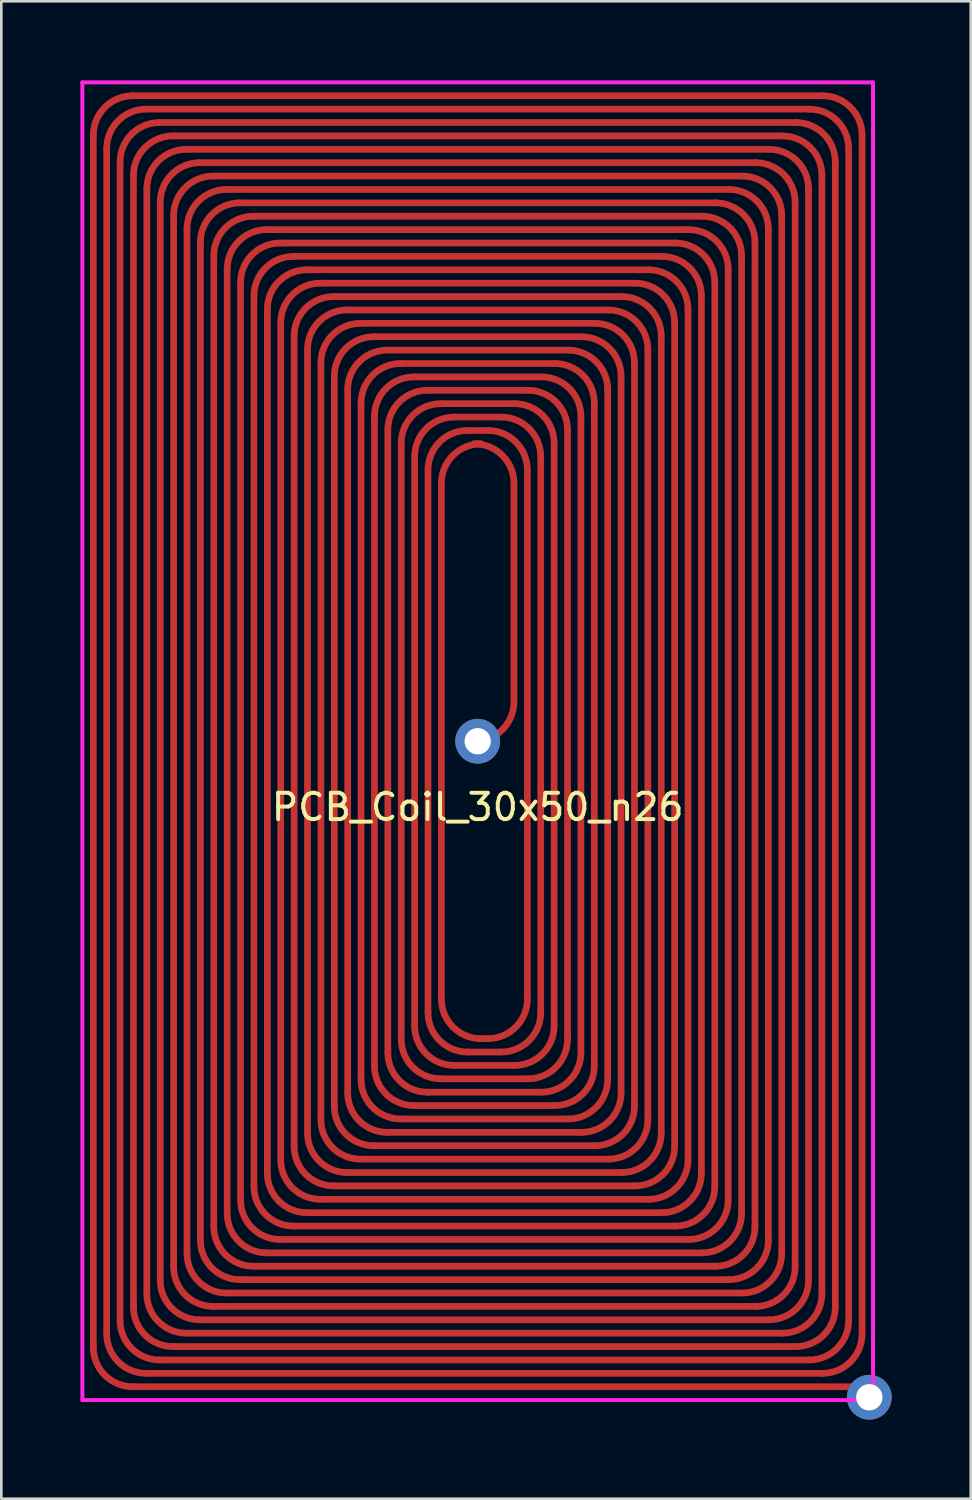
<source format=kicad_pcb>
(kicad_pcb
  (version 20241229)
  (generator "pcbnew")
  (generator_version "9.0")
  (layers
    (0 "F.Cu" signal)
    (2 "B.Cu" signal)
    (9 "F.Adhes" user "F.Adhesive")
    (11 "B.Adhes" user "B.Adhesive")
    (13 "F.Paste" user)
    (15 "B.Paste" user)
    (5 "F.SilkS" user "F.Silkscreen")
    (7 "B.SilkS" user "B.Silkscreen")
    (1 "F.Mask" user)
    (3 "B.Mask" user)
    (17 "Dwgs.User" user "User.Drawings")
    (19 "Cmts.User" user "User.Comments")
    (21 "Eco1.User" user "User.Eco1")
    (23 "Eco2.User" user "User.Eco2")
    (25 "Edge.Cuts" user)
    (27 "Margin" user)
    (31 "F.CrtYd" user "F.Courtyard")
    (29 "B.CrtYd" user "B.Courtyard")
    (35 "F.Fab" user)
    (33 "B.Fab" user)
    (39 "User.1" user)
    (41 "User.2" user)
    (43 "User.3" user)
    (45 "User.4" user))
  (footprint "PCB_Coil_30x50_n26"
    (layer "F.Cu")
    (at 15.075 25.075)
    (property "Reference" "PCB_Coil_30x50_n26" (at 0 2.5 0) (layer "F.SilkS") (effects (font (size 1 1) (thickness 0.15))))
    (attr through_hole)
    (fp_line (start -14.585 -22.992) (end -14.585 22.992) (stroke (width 0.254) (type solid)) (layer "F.Cu"))
    (fp_line (start -14.077 -22.484) (end -14.077 22.484) (stroke (width 0.254) (type solid)) (layer "F.Cu"))
    (fp_line (start -13.569 -21.976) (end -13.569 21.976) (stroke (width 0.254) (type solid)) (layer "F.Cu"))
    (fp_line (start -13.085 24.492) (end 14.351 24.492) (stroke (width 0.254) (type solid)) (layer "F.Cu"))
    (fp_line (start -13.061 -21.468) (end -13.061 21.468) (stroke (width 0.254) (type solid)) (layer "F.Cu"))
    (fp_line (start -12.577 23.984) (end 13.085 23.984) (stroke (width 0.254) (type solid)) (layer "F.Cu"))
    (fp_line (start -12.553 -20.96) (end -12.553 20.96) (stroke (width 0.254) (type solid)) (layer "F.Cu"))
    (fp_line (start -12.069 23.476) (end 12.577 23.476) (stroke (width 0.254) (type solid)) (layer "F.Cu"))
    (fp_line (start -12.045 -20.452) (end -12.045 20.452) (stroke (width 0.254) (type solid)) (layer "F.Cu"))
    (fp_line (start -11.561 22.968) (end 12.069 22.968) (stroke (width 0.254) (type solid)) (layer "F.Cu"))
    (fp_line (start -11.537 -19.944) (end -11.537 19.944) (stroke (width 0.254) (type solid)) (layer "F.Cu"))
    (fp_line (start -11.053 22.46) (end 11.561 22.46) (stroke (width 0.254) (type solid)) (layer "F.Cu"))
    (fp_line (start -11.029 -19.436) (end -11.029 19.436) (stroke (width 0.254) (type solid)) (layer "F.Cu"))
    (fp_line (start -10.545 21.952) (end 11.053 21.952) (stroke (width 0.254) (type solid)) (layer "F.Cu"))
    (fp_line (start -10.521 -18.928) (end -10.521 18.928) (stroke (width 0.254) (type solid)) (layer "F.Cu"))
    (fp_line (start -10.037 21.444) (end 10.545 21.444) (stroke (width 0.254) (type solid)) (layer "F.Cu"))
    (fp_line (start -10.013 -18.42) (end -10.013 18.42) (stroke (width 0.254) (type solid)) (layer "F.Cu"))
    (fp_line (start -9.529 20.936) (end 10.037 20.936) (stroke (width 0.254) (type solid)) (layer "F.Cu"))
    (fp_line (start -9.505 -17.912) (end -9.505 17.912) (stroke (width 0.254) (type solid)) (layer "F.Cu"))
    (fp_line (start -9.021 20.428) (end 9.529 20.428) (stroke (width 0.254) (type solid)) (layer "F.Cu"))
    (fp_line (start -8.997 -17.404) (end -8.997 17.404) (stroke (width 0.254) (type solid)) (layer "F.Cu"))
    (fp_line (start -8.513 19.92) (end 9.021 19.92) (stroke (width 0.254) (type solid)) (layer "F.Cu"))
    (fp_line (start -8.489 -16.896) (end -8.489 16.896) (stroke (width 0.254) (type solid)) (layer "F.Cu"))
    (fp_line (start -8.005 19.412) (end 8.513 19.412) (stroke (width 0.254) (type solid)) (layer "F.Cu"))
    (fp_line (start -7.981 -16.388) (end -7.981 16.388) (stroke (width 0.254) (type solid)) (layer "F.Cu"))
    (fp_line (start -7.497 18.904) (end 8.005 18.904) (stroke (width 0.254) (type solid)) (layer "F.Cu"))
    (fp_line (start -7.473 -15.88) (end -7.473 15.88) (stroke (width 0.254) (type solid)) (layer "F.Cu"))
    (fp_line (start -6.989 18.396) (end 7.497 18.396) (stroke (width 0.254) (type solid)) (layer "F.Cu"))
    (fp_line (start -6.965 -15.372) (end -6.965 15.372) (stroke (width 0.254) (type solid)) (layer "F.Cu"))
    (fp_line (start -6.481 17.888) (end 6.989 17.888) (stroke (width 0.254) (type solid)) (layer "F.Cu"))
    (fp_line (start -6.457 -14.864) (end -6.457 14.864) (stroke (width 0.254) (type solid)) (layer "F.Cu"))
    (fp_line (start -5.973 17.38) (end 6.481 17.38) (stroke (width 0.254) (type solid)) (layer "F.Cu"))
    (fp_line (start -5.949 -14.356) (end -5.949 14.356) (stroke (width 0.254) (type solid)) (layer "F.Cu"))
    (fp_line (start -5.465 16.872) (end 5.973 16.872) (stroke (width 0.254) (type solid)) (layer "F.Cu"))
    (fp_line (start -5.441 -13.848) (end -5.441 13.848) (stroke (width 0.254) (type solid)) (layer "F.Cu"))
    (fp_line (start -4.957 16.364) (end 5.465 16.364) (stroke (width 0.254) (type solid)) (layer "F.Cu"))
    (fp_line (start -4.933 -13.34) (end -4.933 13.34) (stroke (width 0.254) (type solid)) (layer "F.Cu"))
    (fp_line (start -4.449 15.856) (end 4.957 15.856) (stroke (width 0.254) (type solid)) (layer "F.Cu"))
    (fp_line (start -4.425 -12.832) (end -4.425 12.832) (stroke (width 0.254) (type solid)) (layer "F.Cu"))
    (fp_line (start -3.941 15.348) (end 4.449 15.348) (stroke (width 0.254) (type solid)) (layer "F.Cu"))
    (fp_line (start -3.917 -12.324) (end -3.917 12.324) (stroke (width 0.254) (type solid)) (layer "F.Cu"))
    (fp_line (start -3.433 14.84) (end 3.941 14.84) (stroke (width 0.254) (type solid)) (layer "F.Cu"))
    (fp_line (start -3.409 -11.816) (end -3.409 11.816) (stroke (width 0.254) (type solid)) (layer "F.Cu"))
    (fp_line (start -2.925 14.332) (end 3.433 14.332) (stroke (width 0.254) (type solid)) (layer "F.Cu"))
    (fp_line (start -2.901 -11.308) (end -2.901 11.308) (stroke (width 0.254) (type solid)) (layer "F.Cu"))
    (fp_line (start -2.417 13.824) (end 2.925 13.824) (stroke (width 0.254) (type solid)) (layer "F.Cu"))
    (fp_line (start -2.393 -10.8) (end -2.393 10.8) (stroke (width 0.254) (type solid)) (layer "F.Cu"))
    (fp_line (start -1.909 13.316) (end 2.417 13.316) (stroke (width 0.254) (type solid)) (layer "F.Cu"))
    (fp_line (start -1.885 -10.292) (end -1.885 10.292) (stroke (width 0.254) (type solid)) (layer "F.Cu"))
    (fp_line (start -1.401 12.808) (end 1.909 12.808) (stroke (width 0.254) (type solid)) (layer "F.Cu"))
    (fp_line (start -1.377 -9.784) (end -1.377 9.784) (stroke (width 0.254) (type solid)) (layer "F.Cu"))
    (fp_line (start -0.893 12.3) (end 1.401 12.3) (stroke (width 0.254) (type solid)) (layer "F.Cu"))
    (fp_line (start -0.385 11.792) (end 0.893 11.792) (stroke (width 0.254) (type solid)) (layer "F.Cu"))
    (fp_line (start -0.123 -11.284) (end 0.123 -11.284) (stroke (width 0.254) (type solid)) (layer "F.Cu"))
    (fp_line (start 0 0) (end -0.123 0) (stroke (width 0.254) (type solid)) (layer "F.Cu"))
    (fp_line (start 0.123 11.284) (end 0.385 11.284) (stroke (width 0.254) (type solid)) (layer "F.Cu"))
    (fp_line (start 0.385 -11.792) (end -0.385 -11.792) (stroke (width 0.254) (type solid)) (layer "F.Cu"))
    (fp_line (start 0.893 -12.3) (end -0.893 -12.3) (stroke (width 0.254) (type solid)) (layer "F.Cu"))
    (fp_line (start 1.377 -1.5) (end 1.377 -9.784) (stroke (width 0.254) (type solid)) (layer "F.Cu"))
    (fp_line (start 1.401 -12.808) (end -1.401 -12.808) (stroke (width 0.254) (type solid)) (layer "F.Cu"))
    (fp_line (start 1.885 9.784) (end 1.885 -10.292) (stroke (width 0.254) (type solid)) (layer "F.Cu"))
    (fp_line (start 1.909 -13.316) (end -1.909 -13.316) (stroke (width 0.254) (type solid)) (layer "F.Cu"))
    (fp_line (start 2.393 10.292) (end 2.393 -10.8) (stroke (width 0.254) (type solid)) (layer "F.Cu"))
    (fp_line (start 2.417 -13.824) (end -2.417 -13.824) (stroke (width 0.254) (type solid)) (layer "F.Cu"))
    (fp_line (start 2.901 10.8) (end 2.901 -11.308) (stroke (width 0.254) (type solid)) (layer "F.Cu"))
    (fp_line (start 2.925 -14.332) (end -2.925 -14.332) (stroke (width 0.254) (type solid)) (layer "F.Cu"))
    (fp_line (start 3.409 11.308) (end 3.409 -11.816) (stroke (width 0.254) (type solid)) (layer "F.Cu"))
    (fp_line (start 3.433 -14.84) (end -3.433 -14.84) (stroke (width 0.254) (type solid)) (layer "F.Cu"))
    (fp_line (start 3.917 11.816) (end 3.917 -12.324) (stroke (width 0.254) (type solid)) (layer "F.Cu"))
    (fp_line (start 3.941 -15.348) (end -3.941 -15.348) (stroke (width 0.254) (type solid)) (layer "F.Cu"))
    (fp_line (start 4.425 12.324) (end 4.425 -12.832) (stroke (width 0.254) (type solid)) (layer "F.Cu"))
    (fp_line (start 4.449 -15.856) (end -4.449 -15.856) (stroke (width 0.254) (type solid)) (layer "F.Cu"))
    (fp_line (start 4.933 12.832) (end 4.933 -13.34) (stroke (width 0.254) (type solid)) (layer "F.Cu"))
    (fp_line (start 4.957 -16.364) (end -4.957 -16.364) (stroke (width 0.254) (type solid)) (layer "F.Cu"))
    (fp_line (start 5.441 13.34) (end 5.441 -13.848) (stroke (width 0.254) (type solid)) (layer "F.Cu"))
    (fp_line (start 5.465 -16.872) (end -5.465 -16.872) (stroke (width 0.254) (type solid)) (layer "F.Cu"))
    (fp_line (start 5.949 13.848) (end 5.949 -14.356) (stroke (width 0.254) (type solid)) (layer "F.Cu"))
    (fp_line (start 5.973 -17.38) (end -5.973 -17.38) (stroke (width 0.254) (type solid)) (layer "F.Cu"))
    (fp_line (start 6.457 14.356) (end 6.457 -14.864) (stroke (width 0.254) (type solid)) (layer "F.Cu"))
    (fp_line (start 6.481 -17.888) (end -6.481 -17.888) (stroke (width 0.254) (type solid)) (layer "F.Cu"))
    (fp_line (start 6.965 14.864) (end 6.965 -15.372) (stroke (width 0.254) (type solid)) (layer "F.Cu"))
    (fp_line (start 6.989 -18.396) (end -6.989 -18.396) (stroke (width 0.254) (type solid)) (layer "F.Cu"))
    (fp_line (start 7.473 15.372) (end 7.473 -15.88) (stroke (width 0.254) (type solid)) (layer "F.Cu"))
    (fp_line (start 7.497 -18.904) (end -7.497 -18.904) (stroke (width 0.254) (type solid)) (layer "F.Cu"))
    (fp_line (start 7.981 15.88) (end 7.981 -16.388) (stroke (width 0.254) (type solid)) (layer "F.Cu"))
    (fp_line (start 8.005 -19.412) (end -8.005 -19.412) (stroke (width 0.254) (type solid)) (layer "F.Cu"))
    (fp_line (start 8.489 16.388) (end 8.489 -16.896) (stroke (width 0.254) (type solid)) (layer "F.Cu"))
    (fp_line (start 8.513 -19.92) (end -8.513 -19.92) (stroke (width 0.254) (type solid)) (layer "F.Cu"))
    (fp_line (start 8.997 16.896) (end 8.997 -17.404) (stroke (width 0.254) (type solid)) (layer "F.Cu"))
    (fp_line (start 9.021 -20.428) (end -9.021 -20.428) (stroke (width 0.254) (type solid)) (layer "F.Cu"))
    (fp_line (start 9.505 17.404) (end 9.505 -17.912) (stroke (width 0.254) (type solid)) (layer "F.Cu"))
    (fp_line (start 9.529 -20.936) (end -9.529 -20.936) (stroke (width 0.254) (type solid)) (layer "F.Cu"))
    (fp_line (start 10.013 17.912) (end 10.013 -18.42) (stroke (width 0.254) (type solid)) (layer "F.Cu"))
    (fp_line (start 10.037 -21.444) (end -10.037 -21.444) (stroke (width 0.254) (type solid)) (layer "F.Cu"))
    (fp_line (start 10.521 18.42) (end 10.521 -18.928) (stroke (width 0.254) (type solid)) (layer "F.Cu"))
    (fp_line (start 10.545 -21.952) (end -10.545 -21.952) (stroke (width 0.254) (type solid)) (layer "F.Cu"))
    (fp_line (start 11.029 18.928) (end 11.029 -19.436) (stroke (width 0.254) (type solid)) (layer "F.Cu"))
    (fp_line (start 11.053 -22.46) (end -11.053 -22.46) (stroke (width 0.254) (type solid)) (layer "F.Cu"))
    (fp_line (start 11.537 19.436) (end 11.537 -19.944) (stroke (width 0.254) (type solid)) (layer "F.Cu"))
    (fp_line (start 11.561 -22.968) (end -11.561 -22.968) (stroke (width 0.254) (type solid)) (layer "F.Cu"))
    (fp_line (start 12.045 19.944) (end 12.045 -20.452) (stroke (width 0.254) (type solid)) (layer "F.Cu"))
    (fp_line (start 12.069 -23.476) (end -12.069 -23.476) (stroke (width 0.254) (type solid)) (layer "F.Cu"))
    (fp_line (start 12.553 20.452) (end 12.553 -20.96) (stroke (width 0.254) (type solid)) (layer "F.Cu"))
    (fp_line (start 12.577 -23.984) (end -12.577 -23.984) (stroke (width 0.254) (type solid)) (layer "F.Cu"))
    (fp_line (start 13.061 20.96) (end 13.061 -21.468) (stroke (width 0.254) (type solid)) (layer "F.Cu"))
    (fp_line (start 13.085 -24.492) (end -13.085 -24.492) (stroke (width 0.254) (type solid)) (layer "F.Cu"))
    (fp_line (start 13.569 21.468) (end 13.569 -21.976) (stroke (width 0.254) (type solid)) (layer "F.Cu"))
    (fp_line (start 14.077 21.976) (end 14.077 -22.484) (stroke (width 0.254) (type solid)) (layer "F.Cu"))
    (fp_line (start 14.585 22.484) (end 14.585 -22.992) (stroke (width 0.254) (type solid)) (layer "F.Cu"))
    (fp_arc (start -14.585 -22.992) (mid -14.14566 -24.05266) (end -13.085 -24.492) (stroke (width 0.254) (type solid)) (layer "F.Cu"))
    (fp_arc (start -14.077 -22.484) (mid -13.63766 -23.54466) (end -12.577 -23.984) (stroke (width 0.254) (type solid)) (layer "F.Cu"))
    (fp_arc (start -13.569 -21.976) (mid -13.12966 -23.03666) (end -12.069 -23.476) (stroke (width 0.254) (type solid)) (layer "F.Cu"))
    (fp_arc (start -13.085 24.492) (mid -14.14566 24.05266) (end -14.585 22.992) (stroke (width 0.254) (type solid)) (layer "F.Cu"))
    (fp_arc (start -13.061 -21.468) (mid -12.62166 -22.52866) (end -11.561 -22.968) (stroke (width 0.254) (type solid)) (layer "F.Cu"))
    (fp_arc (start -12.577 23.984) (mid -13.63766 23.54466) (end -14.077 22.484) (stroke (width 0.254) (type solid)) (layer "F.Cu"))
    (fp_arc (start -12.553 -20.96) (mid -12.11366 -22.02066) (end -11.053 -22.46) (stroke (width 0.254) (type solid)) (layer "F.Cu"))
    (fp_arc (start -12.069 23.476) (mid -13.12966 23.03666) (end -13.569 21.976) (stroke (width 0.254) (type solid)) (layer "F.Cu"))
    (fp_arc (start -12.045 -20.452) (mid -11.60566 -21.51266) (end -10.545 -21.952) (stroke (width 0.254) (type solid)) (layer "F.Cu"))
    (fp_arc (start -11.561 22.968) (mid -12.62166 22.52866) (end -13.061 21.468) (stroke (width 0.254) (type solid)) (layer "F.Cu"))
    (fp_arc (start -11.537 -19.944) (mid -11.09766 -21.00466) (end -10.037 -21.444) (stroke (width 0.254) (type solid)) (layer "F.Cu"))
    (fp_arc (start -11.053 22.46) (mid -12.11366 22.02066) (end -12.553 20.96) (stroke (width 0.254) (type solid)) (layer "F.Cu"))
    (fp_arc (start -11.029 -19.436) (mid -10.58966 -20.49666) (end -9.529 -20.936) (stroke (width 0.254) (type solid)) (layer "F.Cu"))
    (fp_arc (start -10.545 21.952) (mid -11.60566 21.51266) (end -12.045 20.452) (stroke (width 0.254) (type solid)) (layer "F.Cu"))
    (fp_arc (start -10.521 -18.928) (mid -10.08166 -19.98866) (end -9.021 -20.428) (stroke (width 0.254) (type solid)) (layer "F.Cu"))
    (fp_arc (start -10.037 21.444) (mid -11.09766 21.00466) (end -11.537 19.944) (stroke (width 0.254) (type solid)) (layer "F.Cu"))
    (fp_arc (start -10.013 -18.42) (mid -9.57366 -19.48066) (end -8.513 -19.92) (stroke (width 0.254) (type solid)) (layer "F.Cu"))
    (fp_arc (start -9.529 20.936) (mid -10.58966 20.49666) (end -11.029 19.436) (stroke (width 0.254) (type solid)) (layer "F.Cu"))
    (fp_arc (start -9.505 -17.912) (mid -9.06566 -18.97266) (end -8.005 -19.412) (stroke (width 0.254) (type solid)) (layer "F.Cu"))
    (fp_arc (start -9.021 20.428) (mid -10.08166 19.98866) (end -10.521 18.928) (stroke (width 0.254) (type solid)) (layer "F.Cu"))
    (fp_arc (start -8.997 -17.404) (mid -8.55766 -18.46466) (end -7.497 -18.904) (stroke (width 0.254) (type solid)) (layer "F.Cu"))
    (fp_arc (start -8.513 19.92) (mid -9.57366 19.48066) (end -10.013 18.42) (stroke (width 0.254) (type solid)) (layer "F.Cu"))
    (fp_arc (start -8.489 -16.896) (mid -8.04966 -17.95666) (end -6.989 -18.396) (stroke (width 0.254) (type solid)) (layer "F.Cu"))
    (fp_arc (start -8.005 19.412) (mid -9.06566 18.97266) (end -9.505 17.912) (stroke (width 0.254) (type solid)) (layer "F.Cu"))
    (fp_arc (start -7.981 -16.388) (mid -7.54166 -17.44866) (end -6.481 -17.888) (stroke (width 0.254) (type solid)) (layer "F.Cu"))
    (fp_arc (start -7.497 18.904) (mid -8.55766 18.46466) (end -8.997 17.404) (stroke (width 0.254) (type solid)) (layer "F.Cu"))
    (fp_arc (start -7.473 -15.88) (mid -7.03366 -16.94066) (end -5.973 -17.38) (stroke (width 0.254) (type solid)) (layer "F.Cu"))
    (fp_arc (start -6.989 18.396) (mid -8.04966 17.95666) (end -8.489 16.896) (stroke (width 0.254) (type solid)) (layer "F.Cu"))
    (fp_arc (start -6.965 -15.372) (mid -6.52566 -16.43266) (end -5.465 -16.872) (stroke (width 0.254) (type solid)) (layer "F.Cu"))
    (fp_arc (start -6.481 17.888) (mid -7.54166 17.44866) (end -7.981 16.388) (stroke (width 0.254) (type solid)) (layer "F.Cu"))
    (fp_arc (start -6.457 -14.864) (mid -6.01766 -15.92466) (end -4.957 -16.364) (stroke (width 0.254) (type solid)) (layer "F.Cu"))
    (fp_arc (start -5.973 17.38) (mid -7.03366 16.94066) (end -7.473 15.88) (stroke (width 0.254) (type solid)) (layer "F.Cu"))
    (fp_arc (start -5.949 -14.356) (mid -5.50966 -15.41666) (end -4.449 -15.856) (stroke (width 0.254) (type solid)) (layer "F.Cu"))
    (fp_arc (start -5.465 16.872) (mid -6.52566 16.43266) (end -6.965 15.372) (stroke (width 0.254) (type solid)) (layer "F.Cu"))
    (fp_arc (start -5.441 -13.848) (mid -5.00166 -14.90866) (end -3.941 -15.348) (stroke (width 0.254) (type solid)) (layer "F.Cu"))
    (fp_arc (start -4.957 16.364) (mid -6.01766 15.92466) (end -6.457 14.864) (stroke (width 0.254) (type solid)) (layer "F.Cu"))
    (fp_arc (start -4.933 -13.34) (mid -4.49366 -14.40066) (end -3.433 -14.84) (stroke (width 0.254) (type solid)) (layer "F.Cu"))
    (fp_arc (start -4.449 15.856) (mid -5.50966 15.41666) (end -5.949 14.356) (stroke (width 0.254) (type solid)) (layer "F.Cu"))
    (fp_arc (start -4.425 -12.832) (mid -3.98566 -13.89266) (end -2.925 -14.332) (stroke (width 0.254) (type solid)) (layer "F.Cu"))
    (fp_arc (start -3.941 15.348) (mid -5.00166 14.90866) (end -5.441 13.848) (stroke (width 0.254) (type solid)) (layer "F.Cu"))
    (fp_arc (start -3.917 -12.324) (mid -3.47766 -13.38466) (end -2.417 -13.824) (stroke (width 0.254) (type solid)) (layer "F.Cu"))
    (fp_arc (start -3.433 14.84) (mid -4.49366 14.40066) (end -4.933 13.34) (stroke (width 0.254) (type solid)) (layer "F.Cu"))
    (fp_arc (start -3.409 -11.816) (mid -2.96966 -12.87666) (end -1.909 -13.316) (stroke (width 0.254) (type solid)) (layer "F.Cu"))
    (fp_arc (start -2.925 14.332) (mid -3.98566 13.89266) (end -4.425 12.832) (stroke (width 0.254) (type solid)) (layer "F.Cu"))
    (fp_arc (start -2.901 -11.308) (mid -2.46166 -12.36866) (end -1.401 -12.808) (stroke (width 0.254) (type solid)) (layer "F.Cu"))
    (fp_arc (start -2.417 13.824) (mid -3.47766 13.38466) (end -3.917 12.324) (stroke (width 0.254) (type solid)) (layer "F.Cu"))
    (fp_arc (start -2.393 -10.8) (mid -1.95366 -11.86066) (end -0.893 -12.3) (stroke (width 0.254) (type solid)) (layer "F.Cu"))
    (fp_arc (start -1.909 13.316) (mid -2.96966 12.87666) (end -3.409 11.816) (stroke (width 0.254) (type solid)) (layer "F.Cu"))
    (fp_arc (start -1.885 -10.292) (mid -1.44566 -11.35266) (end -0.385 -11.792) (stroke (width 0.254) (type solid)) (layer "F.Cu"))
    (fp_arc (start -1.401 12.808) (mid -2.46166 12.36866) (end -2.901 11.308) (stroke (width 0.254) (type solid)) (layer "F.Cu"))
    (fp_arc (start -1.377 -9.784) (mid -0.93766 -10.84466) (end 0.123 -11.284) (stroke (width 0.254) (type solid)) (layer "F.Cu"))
    (fp_arc (start -0.893 12.3) (mid -1.95366 11.86066) (end -2.393 10.8) (stroke (width 0.254) (type solid)) (layer "F.Cu"))
    (fp_arc (start -0.385 11.792) (mid -1.44566 11.35266) (end -1.885 10.292) (stroke (width 0.254) (type solid)) (layer "F.Cu"))
    (fp_arc (start -0.123 -11.284) (mid 0.93766 -10.84466) (end 1.377 -9.784) (stroke (width 0.254) (type solid)) (layer "F.Cu"))
    (fp_arc (start 0.123 11.284) (mid -0.93766 10.84466) (end -1.377 9.784) (stroke (width 0.254) (type solid)) (layer "F.Cu"))
    (fp_arc (start 0.385 -11.792) (mid 1.44566 -11.35266) (end 1.885 -10.292) (stroke (width 0.254) (type solid)) (layer "F.Cu"))
    (fp_arc (start 0.893 -12.3) (mid 1.95366 -11.86066) (end 2.393 -10.8) (stroke (width 0.254) (type solid)) (layer "F.Cu"))
    (fp_arc (start 1.377 -1.5) (mid 0.93766 -0.43934) (end -0.123 0) (stroke (width 0.254) (type solid)) (layer "F.Cu"))
    (fp_arc (start 1.401 -12.808) (mid 2.46166 -12.36866) (end 2.901 -11.308) (stroke (width 0.254) (type solid)) (layer "F.Cu"))
    (fp_arc (start 1.885 9.784) (mid 1.44566 10.84466) (end 0.385 11.284) (stroke (width 0.254) (type solid)) (layer "F.Cu"))
    (fp_arc (start 1.909 -13.316) (mid 2.96966 -12.87666) (end 3.409 -11.816) (stroke (width 0.254) (type solid)) (layer "F.Cu"))
    (fp_arc (start 2.393 10.292) (mid 1.95366 11.35266) (end 0.893 11.792) (stroke (width 0.254) (type solid)) (layer "F.Cu"))
    (fp_arc (start 2.417 -13.824) (mid 3.47766 -13.38466) (end 3.917 -12.324) (stroke (width 0.254) (type solid)) (layer "F.Cu"))
    (fp_arc (start 2.901 10.8) (mid 2.46166 11.86066) (end 1.401 12.3) (stroke (width 0.254) (type solid)) (layer "F.Cu"))
    (fp_arc (start 2.925 -14.332) (mid 3.98566 -13.89266) (end 4.425 -12.832) (stroke (width 0.254) (type solid)) (layer "F.Cu"))
    (fp_arc (start 3.409 11.308) (mid 2.96966 12.36866) (end 1.909 12.808) (stroke (width 0.254) (type solid)) (layer "F.Cu"))
    (fp_arc (start 3.433 -14.84) (mid 4.49366 -14.40066) (end 4.933 -13.34) (stroke (width 0.254) (type solid)) (layer "F.Cu"))
    (fp_arc (start 3.917 11.816) (mid 3.47766 12.87666) (end 2.417 13.316) (stroke (width 0.254) (type solid)) (layer "F.Cu"))
    (fp_arc (start 3.941 -15.348) (mid 5.00166 -14.90866) (end 5.441 -13.848) (stroke (width 0.254) (type solid)) (layer "F.Cu"))
    (fp_arc (start 4.425 12.324) (mid 3.98566 13.38466) (end 2.925 13.824) (stroke (width 0.254) (type solid)) (layer "F.Cu"))
    (fp_arc (start 4.449 -15.856) (mid 5.50966 -15.41666) (end 5.949 -14.356) (stroke (width 0.254) (type solid)) (layer "F.Cu"))
    (fp_arc (start 4.933 12.832) (mid 4.49366 13.89266) (end 3.433 14.332) (stroke (width 0.254) (type solid)) (layer "F.Cu"))
    (fp_arc (start 4.957 -16.364) (mid 6.01766 -15.92466) (end 6.457 -14.864) (stroke (width 0.254) (type solid)) (layer "F.Cu"))
    (fp_arc (start 5.441 13.34) (mid 5.00166 14.40066) (end 3.941 14.84) (stroke (width 0.254) (type solid)) (layer "F.Cu"))
    (fp_arc (start 5.465 -16.872) (mid 6.52566 -16.43266) (end 6.965 -15.372) (stroke (width 0.254) (type solid)) (layer "F.Cu"))
    (fp_arc (start 5.949 13.848) (mid 5.50966 14.90866) (end 4.449 15.348) (stroke (width 0.254) (type solid)) (layer "F.Cu"))
    (fp_arc (start 5.973 -17.38) (mid 7.03366 -16.94066) (end 7.473 -15.88) (stroke (width 0.254) (type solid)) (layer "F.Cu"))
    (fp_arc (start 6.457 14.356) (mid 6.01766 15.41666) (end 4.957 15.856) (stroke (width 0.254) (type solid)) (layer "F.Cu"))
    (fp_arc (start 6.481 -17.888) (mid 7.54166 -17.44866) (end 7.981 -16.388) (stroke (width 0.254) (type solid)) (layer "F.Cu"))
    (fp_arc (start 6.965 14.864) (mid 6.52566 15.92466) (end 5.465 16.364) (stroke (width 0.254) (type solid)) (layer "F.Cu"))
    (fp_arc (start 6.989 -18.396) (mid 8.04966 -17.95666) (end 8.489 -16.896) (stroke (width 0.254) (type solid)) (layer "F.Cu"))
    (fp_arc (start 7.473 15.372) (mid 7.03366 16.43266) (end 5.973 16.872) (stroke (width 0.254) (type solid)) (layer "F.Cu"))
    (fp_arc (start 7.497 -18.904) (mid 8.55766 -18.46466) (end 8.997 -17.404) (stroke (width 0.254) (type solid)) (layer "F.Cu"))
    (fp_arc (start 7.981 15.88) (mid 7.54166 16.94066) (end 6.481 17.38) (stroke (width 0.254) (type solid)) (layer "F.Cu"))
    (fp_arc (start 8.005 -19.412) (mid 9.06566 -18.97266) (end 9.505 -17.912) (stroke (width 0.254) (type solid)) (layer "F.Cu"))
    (fp_arc (start 8.489 16.388) (mid 8.04966 17.44866) (end 6.989 17.888) (stroke (width 0.254) (type solid)) (layer "F.Cu"))
    (fp_arc (start 8.513 -19.92) (mid 9.57366 -19.48066) (end 10.013 -18.42) (stroke (width 0.254) (type solid)) (layer "F.Cu"))
    (fp_arc (start 8.997 16.896) (mid 8.55766 17.95666) (end 7.497 18.396) (stroke (width 0.254) (type solid)) (layer "F.Cu"))
    (fp_arc (start 9.021 -20.428) (mid 10.08166 -19.98866) (end 10.521 -18.928) (stroke (width 0.254) (type solid)) (layer "F.Cu"))
    (fp_arc (start 9.505 17.404) (mid 9.06566 18.46466) (end 8.005 18.904) (stroke (width 0.254) (type solid)) (layer "F.Cu"))
    (fp_arc (start 9.529 -20.936) (mid 10.58966 -20.49666) (end 11.029 -19.436) (stroke (width 0.254) (type solid)) (layer "F.Cu"))
    (fp_arc (start 10.013 17.912) (mid 9.57366 18.97266) (end 8.513 19.412) (stroke (width 0.254) (type solid)) (layer "F.Cu"))
    (fp_arc (start 10.037 -21.444) (mid 11.09766 -21.00466) (end 11.537 -19.944) (stroke (width 0.254) (type solid)) (layer "F.Cu"))
    (fp_arc (start 10.521 18.42) (mid 10.08166 19.48066) (end 9.021 19.92) (stroke (width 0.254) (type solid)) (layer "F.Cu"))
    (fp_arc (start 10.545 -21.952) (mid 11.60566 -21.51266) (end 12.045 -20.452) (stroke (width 0.254) (type solid)) (layer "F.Cu"))
    (fp_arc (start 11.029 18.928) (mid 10.58966 19.98866) (end 9.529 20.428) (stroke (width 0.254) (type solid)) (layer "F.Cu"))
    (fp_arc (start 11.053 -22.46) (mid 12.11366 -22.02066) (end 12.553 -20.96) (stroke (width 0.254) (type solid)) (layer "F.Cu"))
    (fp_arc (start 11.537 19.436) (mid 11.09766 20.49666) (end 10.037 20.936) (stroke (width 0.254) (type solid)) (layer "F.Cu"))
    (fp_arc (start 11.561 -22.968) (mid 12.62166 -22.52866) (end 13.061 -21.468) (stroke (width 0.254) (type solid)) (layer "F.Cu"))
    (fp_arc (start 12.045 19.944) (mid 11.60566 21.00466) (end 10.545 21.444) (stroke (width 0.254) (type solid)) (layer "F.Cu"))
    (fp_arc (start 12.069 -23.476) (mid 13.12966 -23.03666) (end 13.569 -21.976) (stroke (width 0.254) (type solid)) (layer "F.Cu"))
    (fp_arc (start 12.553 20.452) (mid 12.11366 21.51266) (end 11.053 21.952) (stroke (width 0.254) (type solid)) (layer "F.Cu"))
    (fp_arc (start 12.577 -23.984) (mid 13.63766 -23.54466) (end 14.077 -22.484) (stroke (width 0.254) (type solid)) (layer "F.Cu"))
    (fp_arc (start 13.061 20.96) (mid 12.62166 22.02066) (end 11.561 22.46) (stroke (width 0.254) (type solid)) (layer "F.Cu"))
    (fp_arc (start 13.085 -24.492) (mid 14.14566 -24.05266) (end 14.585 -22.992) (stroke (width 0.254) (type solid)) (layer "F.Cu"))
    (fp_arc (start 13.569 21.468) (mid 13.12966 22.52866) (end 12.069 22.968) (stroke (width 0.254) (type solid)) (layer "F.Cu"))
    (fp_arc (start 14.077 21.976) (mid 13.63766 23.03666) (end 12.577 23.476) (stroke (width 0.254) (type solid)) (layer "F.Cu"))
    (fp_arc (start 14.585 22.484) (mid 14.14566 23.54466) (end 13.085 23.984) (stroke (width 0.254) (type solid)) (layer "F.Cu"))
    (fp_line (start -15 -25) (end -15 25) (stroke (width 0.15) (type solid)) (layer "F.CrtYd"))
    (fp_line (start -15 25) (end 15 25) (stroke (width 0.15) (type solid)) (layer "F.CrtYd"))
    (fp_line (start 15 -25) (end -15 -25) (stroke (width 0.15) (type solid)) (layer "F.CrtYd"))
    (fp_line (start 15 25) (end 15 -25) (stroke (width 0.15) (type solid)) (layer "F.CrtYd"))
    (pad "1" thru_hole circle (at 0 0) (size 1.7 1.7) (drill 1) (layers "*.Cu" "*.Mask"))
    (pad "2" thru_hole circle (at 14.859 24.892) (size 1.7 1.7) (drill 1) (layers "*.Cu" "*.Mask")))
  (gr_rect
    (start -3 -3)
    (end 33.784 53.817)
    (stroke (width 0.1) (type default))
    (fill no)
    (layer "Edge.Cuts")))
</source>
